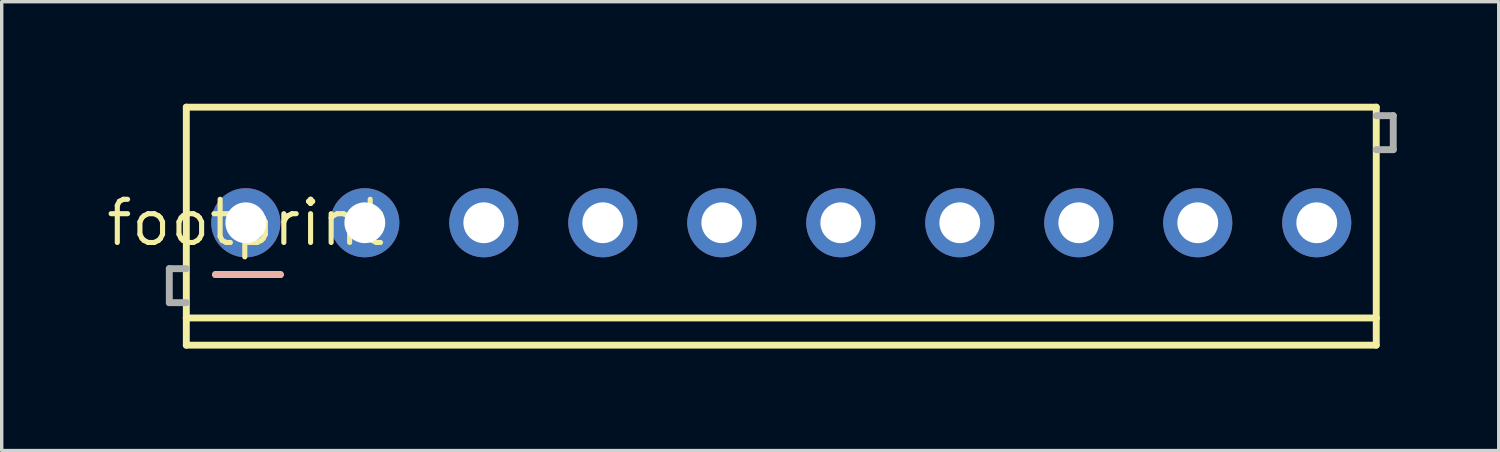
<source format=kicad_pcb>
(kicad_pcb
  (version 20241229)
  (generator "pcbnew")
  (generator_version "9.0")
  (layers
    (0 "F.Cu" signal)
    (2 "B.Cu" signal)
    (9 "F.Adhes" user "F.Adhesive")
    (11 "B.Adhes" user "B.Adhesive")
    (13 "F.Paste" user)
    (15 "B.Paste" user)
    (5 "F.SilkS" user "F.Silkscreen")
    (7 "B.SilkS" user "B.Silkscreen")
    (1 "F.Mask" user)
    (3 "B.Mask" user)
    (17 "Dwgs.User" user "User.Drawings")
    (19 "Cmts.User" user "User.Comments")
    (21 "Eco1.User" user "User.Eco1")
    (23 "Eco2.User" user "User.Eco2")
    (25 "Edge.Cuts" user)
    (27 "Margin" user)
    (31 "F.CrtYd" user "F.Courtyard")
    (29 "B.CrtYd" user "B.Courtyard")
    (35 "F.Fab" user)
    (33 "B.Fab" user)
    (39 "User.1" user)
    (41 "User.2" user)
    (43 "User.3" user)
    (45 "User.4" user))
  (footprint "footprint"
    (layer "F.Cu")
    (at 4.18 3.502)
    (property "Reference" "footprint" (at 0 0 0) (layer "F.SilkS") (effects (font (size 1.27 1.27) (thickness 0.15))))
    (fp_line (start -1.75 -3.4) (end 33.25 -3.4) (stroke (width 0.203) (type solid)) (layer "F.SilkS"))
    (fp_line (start -1.75 2.8) (end -1.75 -3.4) (stroke (width 0.203) (type solid)) (layer "F.SilkS"))
    (fp_line (start -1.75 3.6) (end -1.75 2.8) (stroke (width 0.203) (type solid)) (layer "F.SilkS"))
    (fp_line (start 1.016 1.524) (end -0.889 1.524) (stroke (width 0.203) (type solid)) (layer "F.SilkS"))
    (fp_line (start 33.25 -3.4) (end 33.25 2.8) (stroke (width 0.203) (type solid)) (layer "F.SilkS"))
    (fp_line (start 33.25 2.8) (end -1.75 2.8) (stroke (width 0.203) (type solid)) (layer "F.SilkS"))
    (fp_line (start 33.25 2.8) (end 33.25 3.6) (stroke (width 0.203) (type solid)) (layer "F.SilkS"))
    (fp_line (start 33.25 3.6) (end -1.75 3.6) (stroke (width 0.203) (type solid)) (layer "F.SilkS"))
    (fp_line (start -0.889 1.524) (end 1.016 1.524) (stroke (width 0.203) (type solid)) (layer "B.SilkS"))
    (fp_line (start -2.25 1.35) (end -2.25 2.35) (stroke (width 0.203) (type solid)) (layer "F.Fab"))
    (fp_line (start -2.25 2.35) (end -1.75 2.35) (stroke (width 0.203) (type solid)) (layer "F.Fab"))
    (fp_line (start -1.75 1.35) (end -2.25 1.35) (stroke (width 0.203) (type solid)) (layer "F.Fab"))
    (fp_line (start 33.25 -3.15) (end 33.75 -3.15) (stroke (width 0.203) (type solid)) (layer "F.Fab"))
    (fp_line (start 33.75 -3.15) (end 33.75 -2.15) (stroke (width 0.203) (type solid)) (layer "F.Fab"))
    (fp_line (start 33.75 -2.15) (end 33.25 -2.15) (stroke (width 0.203) (type solid)) (layer "F.Fab"))
    (pad "1" thru_hole circle (at 0 0) (size 2.032 2.032) (drill 1.2) (layers "*.Cu" "*.Mask"))
    (pad "2" thru_hole circle (at 3.5 0) (size 2.032 2.032) (drill 1.2) (layers "*.Cu" "*.Mask"))
    (pad "3" thru_hole circle (at 7 0) (size 2.032 2.032) (drill 1.2) (layers "*.Cu" "*.Mask"))
    (pad "4" thru_hole circle (at 10.5 0) (size 2.032 2.032) (drill 1.2) (layers "*.Cu" "*.Mask"))
    (pad "5" thru_hole circle (at 14 0) (size 2.032 2.032) (drill 1.2) (layers "*.Cu" "*.Mask"))
    (pad "6" thru_hole circle (at 17.5 0) (size 2.032 2.032) (drill 1.2) (layers "*.Cu" "*.Mask"))
    (pad "7" thru_hole circle (at 21 0) (size 2.032 2.032) (drill 1.2) (layers "*.Cu" "*.Mask"))
    (pad "8" thru_hole circle (at 24.5 0) (size 2.032 2.032) (drill 1.2) (layers "*.Cu" "*.Mask"))
    (pad "9" thru_hole circle (at 28 0) (size 2.032 2.032) (drill 1.2) (layers "*.Cu" "*.Mask"))
    (pad "10" thru_hole circle (at 31.5 0) (size 2.032 2.032) (drill 1.2) (layers "*.Cu" "*.Mask")))
  (gr_rect
    (start -3 -3)
    (end 41.032 10.203)
    (stroke (width 0.1) (type default))
    (fill no)
    (layer "Edge.Cuts")))
</source>
